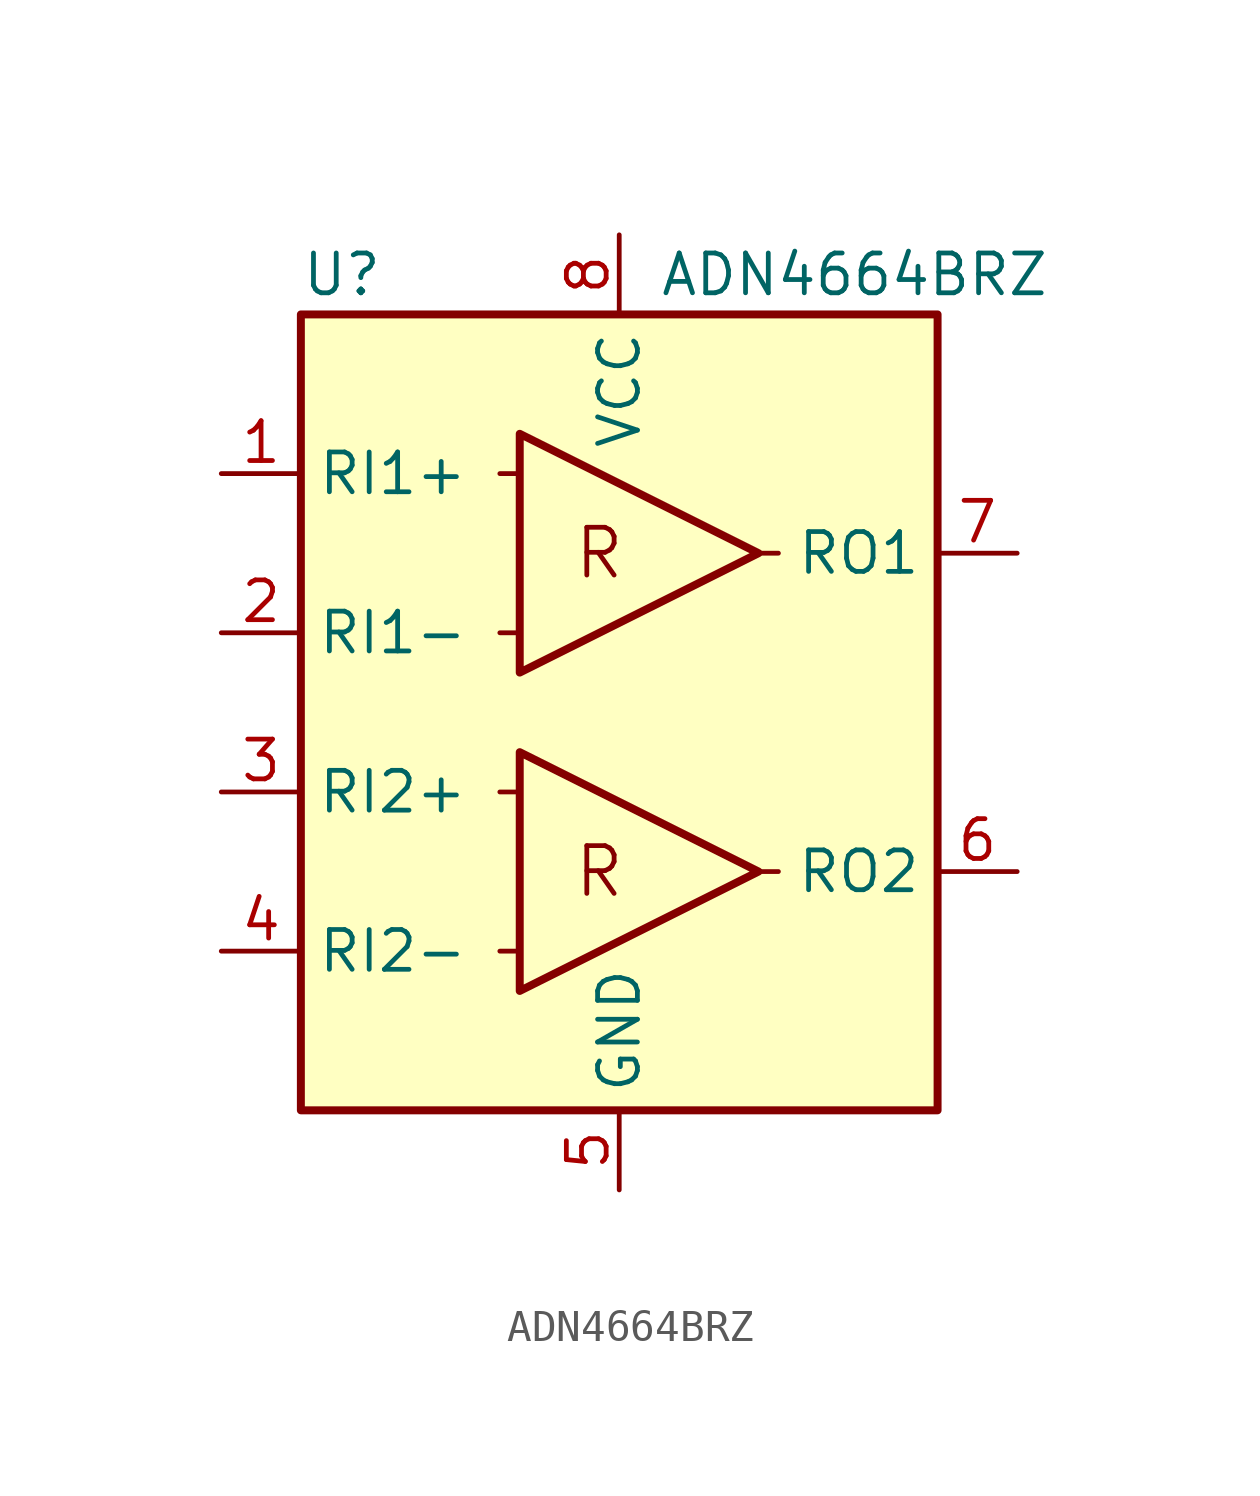
<source format=kicad_sym>
(kicad_symbol_lib
  (version 20241209)
  (generator "kicad_symbol_editor")
  (generator_version "9.0")
  (symbol "ADN4664BRZ"
    (property "Reference" "U"
      (at -10.16 13.97 0)
      (effects (font (size 1.27 1.27)) (justify left)))
    (property "Value" "ADN4664BRZ"
      (at 1.27 13.97 0)
      (effects (font (size 1.27 1.27)) (justify left)))
    (symbol "ADN4664BRZ_0_1"
      (rectangle (start -10.16 12.7) (end 10.16 -12.7) (stroke (width 0.254) (type default)) (fill (type background))))
    (symbol "ADN4664BRZ_1_0"
      (text "R" (at -0.635 5.08 0) (effects (font (size 1.524 1.524))))
      (text "R" (at -0.635 -5.08 0) (effects (font (size 1.524 1.524)))))
    (symbol "ADN4664BRZ_1_1"
      (polyline (pts (xy -3.81 7.62) (xy -3.175 7.62)) (stroke (width 0) (type default)) (fill (type none)))
      (polyline (pts (xy -3.81 2.54) (xy -3.175 2.54)) (stroke (width 0) (type default)) (fill (type none)))
      (polyline (pts (xy -3.81 -2.54) (xy -3.175 -2.54)) (stroke (width 0) (type default)) (fill (type none)))
      (polyline (pts (xy -3.81 -7.62) (xy -3.175 -7.62)) (stroke (width 0) (type default)) (fill (type none)))
      (polyline (pts (xy -3.175 1.27) (xy -3.175 8.89) (xy 4.445 5.08) (xy -3.175 1.27)) (stroke (width 0.254) (type default)) (fill (type none)))
      (polyline (pts (xy -3.175 -8.89) (xy -3.175 -1.27) (xy 4.445 -5.08) (xy -3.175 -8.89)) (stroke (width 0.254) (type default)) (fill (type none)))
      (polyline (pts (xy 5.08 5.08) (xy 4.445 5.08)) (stroke (width 0) (type default)) (fill (type none)))
      (polyline (pts (xy 5.08 -5.08) (xy 4.445 -5.08)) (stroke (width 0) (type default)) (fill (type none)))
      (pin input line (at -12.7 7.62 0) (length 2.54) (name "RI1+" (effects (font (size 1.27 1.27)))) (number "1" (effects (font (size 1.27 1.27)))))
      (pin input line (at -12.7 2.54 0) (length 2.54) (name "RI1-" (effects (font (size 1.27 1.27)))) (number "2" (effects (font (size 1.27 1.27)))))
      (pin input line (at -12.7 -2.54 0) (length 2.54) (name "RI2+" (effects (font (size 1.27 1.27)))) (number "3" (effects (font (size 1.27 1.27)))))
      (pin input line (at -12.7 -7.62 0) (length 2.54) (name "RI2-" (effects (font (size 1.27 1.27)))) (number "4" (effects (font (size 1.27 1.27)))))
      (pin power_in line (at 0 15.24 270) (length 2.54) (name "VCC" (effects (font (size 1.27 1.27)))) (number "8" (effects (font (size 1.27 1.27)))))
      (pin power_in line (at 0 -15.24 90) (length 2.54) (name "GND" (effects (font (size 1.27 1.27)))) (number "5" (effects (font (size 1.27 1.27)))))
      (pin output line (at 12.7 5.08 180) (length 2.54) (name "RO1" (effects (font (size 1.27 1.27)))) (number "7" (effects (font (size 1.27 1.27)))))
      (pin output line (at 12.7 -5.08 180) (length 2.54) (name "RO2" (effects (font (size 1.27 1.27)))) (number "6" (effects (font (size 1.27 1.27))))))))
</source>
